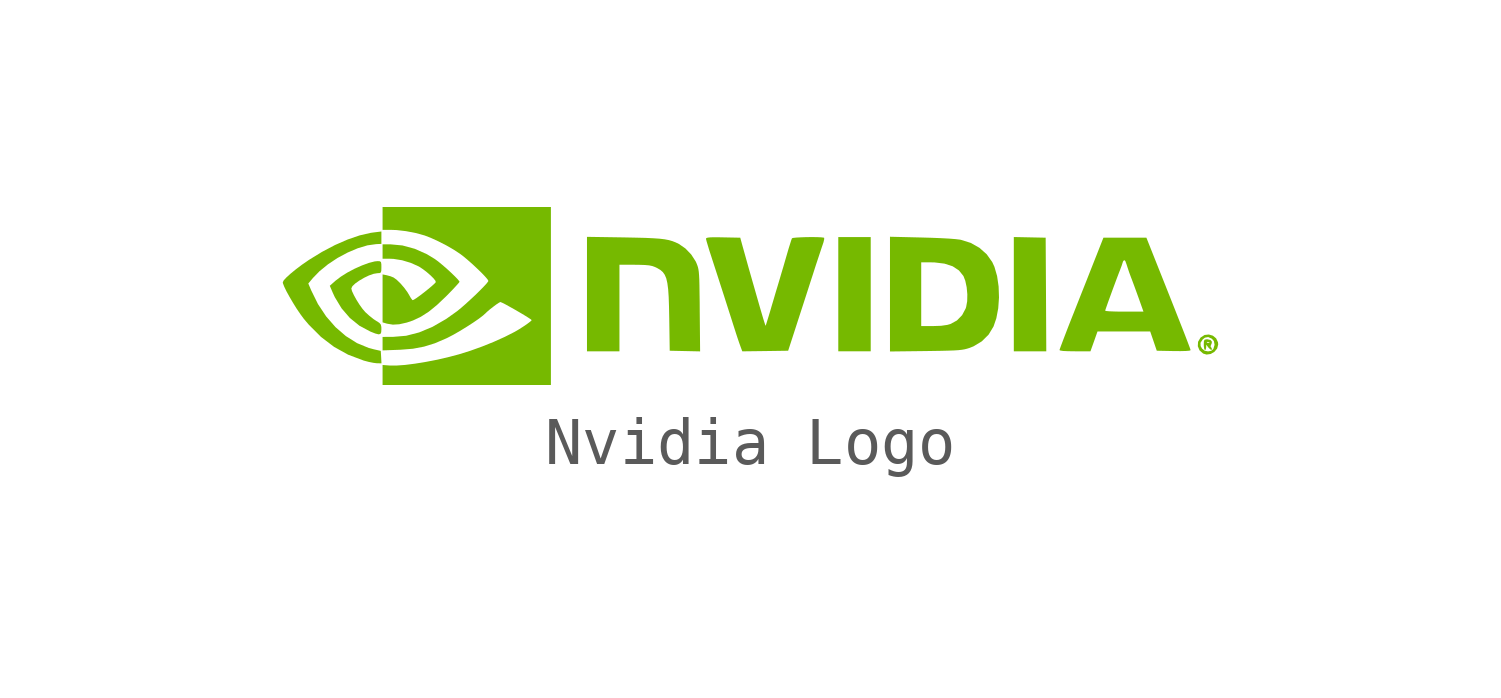
<source format=kicad_sym>
(kicad_symbol_lib
  (version 20231120)
  (generator "kicad_symbol_editor")
  (generator_version "8.0")
  (symbol "Nvidia Logo"
    (pin_names
      (offset 1.016))
    (property "Reference" "#G"
      (at 0 9.525 0)
      (effects (font (size 1.27 1.27)) (hide yes)))
    (symbol "Nvidia Logo_1_0"
      (polyline (pts (xy 2.565 0.038) (xy 2.565 1.245) (xy 2.223 1.245) (xy 1.88 1.245) (xy 1.88 0.038) (xy 1.88 -1.168) (xy 2.223 -1.168) (xy 2.565 -1.168) (xy 2.565 0.038)) (stroke (width -0.0001) (type default)) (fill (type color) (color 118 185 0 1)))
      (polyline (pts (xy 6.268 0.032) (xy 6.261 1.232) (xy 5.925 1.239) (xy 5.588 1.246) (xy 5.588 0.039) (xy 5.588 -1.168) (xy 5.931 -1.168) (xy 6.274 -1.168) (xy 6.268 0.032)) (stroke (width -0.0001) (type default)) (fill (type color) (color 118 185 0 1)))
      (polyline (pts (xy 9.643 -1.13) (xy 9.652 -1.086) (xy 9.653 -1.029) (xy 9.702 -1.092) (xy 9.704 -1.095) (xy 9.743 -1.131) (xy 9.769 -1.136) (xy 9.775 -1.122) (xy 9.759 -1.087) (xy 9.744 -1.064) (xy 9.757 -1.024) (xy 9.764 -1.016) (xy 9.774 -0.967) (xy 9.743 -0.929) (xy 9.678 -0.914) (xy 9.649 -0.915) (xy 9.616 -0.925) (xy 9.603 -0.958) (xy 9.602 -0.985) (xy 9.663 -0.985) (xy 9.673 -0.973) (xy 9.687 -0.969) (xy 9.721 -0.975) (xy 9.721 -0.984) (xy 9.688 -0.989) (xy 9.663 -0.985) (xy 9.602 -0.985) (xy 9.601 -1.029) (xy 9.602 -1.063) (xy 9.611 -1.12) (xy 9.627 -1.143) (xy 9.643 -1.13)) (stroke (width -0.0001) (type default)) (fill (type color) (color 118 185 0 1)))
      (polyline (pts (xy 9.747 -1.225) (xy 9.826 -1.179) (xy 9.884 -1.109) (xy 9.906 -1.023) (xy 9.901 -0.977) (xy 9.862 -0.894) (xy 9.793 -0.838) (xy 9.708 -0.813) (xy 9.618 -0.823) (xy 9.537 -0.875) (xy 9.53 -0.882) (xy 9.48 -0.968) (xy 9.479 -0.989) (xy 9.532 -0.989) (xy 9.577 -0.919) (xy 9.625 -0.88) (xy 9.694 -0.867) (xy 9.773 -0.903) (xy 9.815 -0.953) (xy 9.829 -1.032) (xy 9.803 -1.119) (xy 9.758 -1.158) (xy 9.69 -1.17) (xy 9.619 -1.155) (xy 9.565 -1.112) (xy 9.535 -1.058) (xy 9.532 -0.989) (xy 9.479 -0.989) (xy 9.475 -1.061) (xy 9.511 -1.148) (xy 9.588 -1.216) (xy 9.659 -1.237) (xy 9.747 -1.225)) (stroke (width -0.0001) (type default)) (fill (type color) (color 118 185 0 1)))
      (polyline (pts (xy -7.793 -0.801) (xy -7.776 -0.766) (xy -7.772 -0.701) (xy -7.773 -0.655) (xy -7.784 -0.604) (xy -7.817 -0.566) (xy -7.883 -0.524) (xy -7.938 -0.488) (xy -8.027 -0.417) (xy -8.11 -0.342) (xy -8.168 -0.275) (xy -8.235 -0.182) (xy -8.299 -0.08) (xy -8.354 0.02) (xy -8.393 0.104) (xy -8.407 0.16) (xy -8.407 0.161) (xy -8.384 0.208) (xy -8.324 0.265) (xy -8.238 0.326) (xy -8.137 0.385) (xy -8.033 0.435) (xy -7.935 0.469) (xy -7.855 0.482) (xy -7.812 0.484) (xy -7.784 0.497) (xy -7.774 0.534) (xy -7.772 0.61) (xy -7.773 0.673) (xy -7.781 0.717) (xy -7.804 0.734) (xy -7.849 0.737) (xy -7.913 0.731) (xy -8.038 0.699) (xy -8.184 0.645) (xy -8.339 0.576) (xy -8.492 0.495) (xy -8.63 0.408) (xy -8.743 0.322) (xy -8.862 0.216) (xy -8.797 0.064) (xy -8.756 -0.024) (xy -8.613 -0.261) (xy -8.438 -0.464) (xy -8.234 -0.629) (xy -8.005 -0.751) (xy -8.003 -0.752) (xy -7.899 -0.793) (xy -7.831 -0.81) (xy -7.793 -0.801)) (stroke (width -0.0001) (type default)) (fill (type color) (color 118 185 0 1)))
      (polyline (pts (xy -1.047 -0.312) (xy -1.048 -0.135) (xy -1.051 0.064) (xy -1.053 0.221) (xy -1.056 0.344) (xy -1.061 0.439) (xy -1.067 0.511) (xy -1.075 0.566) (xy -1.085 0.61) (xy -1.098 0.649) (xy -1.114 0.69) (xy -1.133 0.732) (xy -1.227 0.877) (xy -1.35 1.005) (xy -1.486 1.099) (xy -1.554 1.132) (xy -1.623 1.159) (xy -1.699 1.181) (xy -1.788 1.198) (xy -1.897 1.211) (xy -2.03 1.22) (xy -2.196 1.228) (xy -2.4 1.233) (xy -2.648 1.238) (xy -3.429 1.25) (xy -3.429 0.041) (xy -3.429 -1.168) (xy -3.086 -1.168) (xy -2.743 -1.168) (xy -2.743 -0.254) (xy -2.743 0.66) (xy -2.419 0.66) (xy -2.328 0.659) (xy -2.205 0.655) (xy -2.116 0.647) (xy -2.048 0.633) (xy -1.991 0.612) (xy -1.947 0.591) (xy -1.881 0.552) (xy -1.827 0.506) (xy -1.786 0.448) (xy -1.754 0.372) (xy -1.731 0.272) (xy -1.714 0.143) (xy -1.703 -0.02) (xy -1.696 -0.222) (xy -1.691 -0.47) (xy -1.681 -1.156) (xy -1.36 -1.163) (xy -1.039 -1.17) (xy -1.047 -0.312)) (stroke (width -0.0001) (type default)) (fill (type color) (color 118 185 0 1)))
      (polyline (pts (xy -7.777 -1.291) (xy -7.785 -1.159) (xy -7.931 -1.126) (xy -8.038 -1.098) (xy -8.287 -0.995) (xy -8.522 -0.847) (xy -8.741 -0.658) (xy -8.939 -0.431) (xy -9.112 -0.17) (xy -9.256 0.122) (xy -9.316 0.264) (xy -9.217 0.382) (xy -9.079 0.524) (xy -8.9 0.67) (xy -8.698 0.804) (xy -8.485 0.918) (xy -8.271 1.009) (xy -8.067 1.07) (xy -7.882 1.096) (xy -7.772 1.101) (xy -7.772 1.232) (xy -7.772 1.363) (xy -7.942 1.342) (xy -7.999 1.334) (xy -8.23 1.281) (xy -8.484 1.194) (xy -8.752 1.077) (xy -9.027 0.932) (xy -9.299 0.765) (xy -9.314 0.755) (xy -9.453 0.659) (xy -9.581 0.562) (xy -9.691 0.472) (xy -9.778 0.393) (xy -9.835 0.331) (xy -9.855 0.29) (xy -9.852 0.268) (xy -9.825 0.198) (xy -9.778 0.1) (xy -9.714 -0.016) (xy -9.64 -0.142) (xy -9.562 -0.268) (xy -9.483 -0.384) (xy -9.41 -0.483) (xy -9.304 -0.608) (xy -9.047 -0.865) (xy -8.771 -1.075) (xy -8.474 -1.24) (xy -8.153 -1.361) (xy -8.145 -1.364) (xy -8.039 -1.392) (xy -7.939 -1.412) (xy -7.866 -1.421) (xy -7.77 -1.422) (xy -7.777 -1.291)) (stroke (width -0.0001) (type default)) (fill (type color) (color 118 185 0 1)))
      (polyline (pts (xy 3.727 -1.163) (xy 3.859 -1.161) (xy 4.052 -1.158) (xy 4.205 -1.154) (xy 4.324 -1.15) (xy 4.417 -1.144) (xy 4.489 -1.136) (xy 4.548 -1.126) (xy 4.6 -1.113) (xy 4.652 -1.097) (xy 4.737 -1.063) (xy 4.911 -0.958) (xy 5.055 -0.816) (xy 5.16 -0.643) (xy 5.219 -0.47) (xy 5.259 -0.259) (xy 5.275 -0.031) (xy 5.267 0.201) (xy 5.235 0.421) (xy 5.179 0.616) (xy 5.133 0.716) (xy 5.016 0.881) (xy 4.862 1.018) (xy 4.678 1.122) (xy 4.47 1.187) (xy 4.449 1.191) (xy 4.355 1.202) (xy 4.219 1.213) (xy 4.05 1.222) (xy 3.854 1.23) (xy 3.639 1.236) (xy 2.972 1.252) (xy 2.972 0.04) (xy 2.972 -0.635) (xy 3.632 -0.635) (xy 3.632 0.038) (xy 3.632 0.711) (xy 3.83 0.711) (xy 3.91 0.71) (xy 4.123 0.684) (xy 4.296 0.628) (xy 4.429 0.54) (xy 4.524 0.422) (xy 4.563 0.322) (xy 4.592 0.186) (xy 4.606 0.035) (xy 4.603 -0.11) (xy 4.581 -0.232) (xy 4.571 -0.263) (xy 4.496 -0.404) (xy 4.386 -0.517) (xy 4.25 -0.591) (xy 4.184 -0.61) (xy 4.052 -0.629) (xy 3.88 -0.635) (xy 3.632 -0.635) (xy 2.972 -0.635) (xy 2.972 -1.172) (xy 3.727 -1.163)) (stroke (width -0.0001) (type default)) (fill (type color) (color 118 185 0 1)))
      (polyline (pts (xy -7.395 -0.597) (xy -7.235 -0.561) (xy -7.105 -0.517) (xy -6.938 -0.438) (xy -6.771 -0.331) (xy -6.597 -0.189) (xy -6.407 -0.009) (xy -6.345 0.054) (xy -6.256 0.146) (xy -6.186 0.222) (xy -6.138 0.276) (xy -6.121 0.3) (xy -6.126 0.311) (xy -6.16 0.354) (xy -6.221 0.417) (xy -6.301 0.494) (xy -6.391 0.577) (xy -6.484 0.657) (xy -6.57 0.728) (xy -6.642 0.781) (xy -6.81 0.883) (xy -7.066 0.997) (xy -7.327 1.068) (xy -7.583 1.092) (xy -7.747 1.092) (xy -7.747 0.94) (xy -7.747 0.787) (xy -7.585 0.787) (xy -7.515 0.784) (xy -7.334 0.755) (xy -7.148 0.699) (xy -6.982 0.624) (xy -6.973 0.619) (xy -6.893 0.566) (xy -6.81 0.502) (xy -6.732 0.434) (xy -6.669 0.371) (xy -6.63 0.321) (xy -6.623 0.292) (xy -6.649 0.263) (xy -6.708 0.209) (xy -6.785 0.145) (xy -6.871 0.076) (xy -6.956 0.011) (xy -7.031 -0.043) (xy -7.086 -0.078) (xy -7.113 -0.088) (xy -7.119 -0.083) (xy -7.15 -0.042) (xy -7.186 0.021) (xy -7.223 0.083) (xy -7.292 0.177) (xy -7.372 0.269) (xy -7.451 0.345) (xy -7.515 0.391) (xy -7.582 0.418) (xy -7.665 0.44) (xy -7.747 0.456) (xy -7.747 -0.051) (xy -7.747 -0.557) (xy -7.665 -0.581) (xy -7.655 -0.584) (xy -7.529 -0.605) (xy -7.395 -0.597)) (stroke (width -0.0001) (type default)) (fill (type color) (color 118 185 0 1)))
      (polyline (pts (xy 7.282 -0.959) (xy 7.356 -0.749) (xy 7.913 -0.749) (xy 8.469 -0.749) (xy 8.539 -0.953) (xy 8.608 -1.156) (xy 8.965 -1.163) (xy 9.111 -1.164) (xy 9.226 -1.161) (xy 9.297 -1.155) (xy 9.322 -1.145) (xy 9.322 -1.143) (xy 9.317 -1.125) (xy 9.304 -1.087) (xy 9.281 -1.026) (xy 9.248 -0.939) (xy 9.204 -0.824) (xy 9.147 -0.678) (xy 9.076 -0.499) (xy 8.991 -0.283) (xy 8.89 -0.028) (xy 8.772 0.269) (xy 8.636 0.61) (xy 8.389 1.232) (xy 7.935 1.232) (xy 7.481 1.232) (xy 7.326 0.838) (xy 7.313 0.806) (xy 7.259 0.669) (xy 7.191 0.497) (xy 7.114 0.301) (xy 7.03 0.09) (xy 6.945 -0.125) (xy 6.872 -0.31) (xy 7.518 -0.31) (xy 7.525 -0.286) (xy 7.547 -0.222) (xy 7.58 -0.128) (xy 7.622 -0.013) (xy 7.668 0.114) (xy 7.716 0.243) (xy 7.762 0.367) (xy 7.803 0.475) (xy 7.836 0.559) (xy 7.838 0.566) (xy 7.867 0.642) (xy 7.887 0.705) (xy 7.895 0.73) (xy 7.919 0.759) (xy 7.944 0.738) (xy 7.97 0.667) (xy 7.993 0.595) (xy 8.026 0.497) (xy 8.064 0.394) (xy 8.087 0.334) (xy 8.132 0.213) (xy 8.182 0.076) (xy 8.23 -0.057) (xy 8.327 -0.33) (xy 7.923 -0.33) (xy 7.834 -0.33) (xy 7.709 -0.327) (xy 7.609 -0.323) (xy 7.542 -0.317) (xy 7.518 -0.31) (xy 6.872 -0.31) (xy 6.862 -0.336) (xy 6.812 -0.461) (xy 6.742 -0.639) (xy 6.68 -0.8) (xy 6.628 -0.936) (xy 6.588 -1.042) (xy 6.562 -1.113) (xy 6.553 -1.142) (xy 6.567 -1.151) (xy 6.628 -1.161) (xy 6.734 -1.166) (xy 6.88 -1.168) (xy 7.207 -1.168) (xy 7.282 -0.959)) (stroke (width -0.0001) (type default)) (fill (type color) (color 118 185 0 1)))
      (polyline (pts (xy 0.337 -1.163) (xy 0.821 -1.156) (xy 0.941 -0.787) (xy 0.973 -0.688) (xy 1.024 -0.53) (xy 1.084 -0.345) (xy 1.15 -0.142) (xy 1.217 0.065) (xy 1.282 0.267) (xy 1.285 0.277) (xy 1.345 0.461) (xy 1.401 0.636) (xy 1.453 0.793) (xy 1.497 0.925) (xy 1.53 1.025) (xy 1.55 1.083) (xy 1.568 1.137) (xy 1.582 1.199) (xy 1.582 1.229) (xy 1.569 1.234) (xy 1.514 1.24) (xy 1.427 1.244) (xy 1.321 1.245) (xy 1.206 1.244) (xy 1.095 1.24) (xy 0.999 1.235) (xy 0.931 1.228) (xy 0.902 1.22) (xy 0.901 1.218) (xy 0.887 1.181) (xy 0.863 1.105) (xy 0.831 1.003) (xy 0.796 0.883) (xy 0.761 0.763) (xy 0.719 0.617) (xy 0.679 0.484) (xy 0.649 0.381) (xy 0.637 0.341) (xy 0.604 0.23) (xy 0.562 0.091) (xy 0.517 -0.062) (xy 0.471 -0.216) (xy 0.442 -0.317) (xy 0.405 -0.439) (xy 0.375 -0.537) (xy 0.354 -0.604) (xy 0.345 -0.629) (xy 0.338 -0.614) (xy 0.319 -0.557) (xy 0.291 -0.466) (xy 0.256 -0.347) (xy 0.216 -0.21) (xy 0.188 -0.112) (xy 0.144 0.041) (xy 0.104 0.182) (xy 0.07 0.3) (xy 0.047 0.381) (xy -0.017 0.605) (xy -0.085 0.849) (xy -0.146 1.067) (xy -0.191 1.232) (xy -0.553 1.239) (xy -0.58 1.24) (xy -0.719 1.241) (xy -0.815 1.24) (xy -0.875 1.234) (xy -0.906 1.225) (xy -0.914 1.211) (xy -0.914 1.204) (xy -0.902 1.155) (xy -0.877 1.071) (xy -0.844 0.961) (xy -0.803 0.836) (xy -0.785 0.779) (xy -0.732 0.616) (xy -0.669 0.422) (xy -0.6 0.208) (xy -0.528 -0.015) (xy -0.458 -0.234) (xy -0.392 -0.44) (xy -0.335 -0.619) (xy -0.289 -0.762) (xy -0.288 -0.766) (xy -0.252 -0.876) (xy -0.216 -0.982) (xy -0.188 -1.061) (xy -0.148 -1.169) (xy 0.337 -1.163)) (stroke (width -0.0001) (type default)) (fill (type color) (color 118 185 0 1)))
      (polyline (pts (xy -4.191 0) (xy -4.191 1.88) (xy -5.969 1.88) (xy -7.747 1.88) (xy -7.747 1.638) (xy -7.747 1.397) (xy -7.556 1.397) (xy -7.449 1.393) (xy -7.252 1.37) (xy -7.048 1.331) (xy -6.859 1.279) (xy -6.732 1.23) (xy -6.57 1.156) (xy -6.4 1.069) (xy -6.241 0.977) (xy -6.109 0.89) (xy -6.039 0.837) (xy -5.944 0.757) (xy -5.843 0.668) (xy -5.744 0.575) (xy -5.653 0.487) (xy -5.58 0.41) (xy -5.53 0.352) (xy -5.512 0.319) (xy -5.516 0.309) (xy -5.549 0.265) (xy -5.61 0.199) (xy -5.692 0.115) (xy -5.788 0.021) (xy -5.892 -0.076) (xy -5.995 -0.17) (xy -6.09 -0.253) (xy -6.172 -0.32) (xy -6.404 -0.485) (xy -6.692 -0.651) (xy -6.974 -0.769) (xy -7.25 -0.84) (xy -7.525 -0.863) (xy -7.747 -0.864) (xy -7.747 -1.006) (xy -7.747 -1.149) (xy -7.398 -1.136) (xy -7.369 -1.135) (xy -7.106 -1.114) (xy -6.87 -1.069) (xy -6.641 -0.998) (xy -6.401 -0.895) (xy -6.378 -0.884) (xy -6.253 -0.819) (xy -6.114 -0.739) (xy -5.972 -0.652) (xy -5.837 -0.565) (xy -5.716 -0.482) (xy -5.622 -0.41) (xy -5.563 -0.356) (xy -5.539 -0.333) (xy -5.483 -0.285) (xy -5.414 -0.231) (xy -5.345 -0.179) (xy -5.289 -0.142) (xy -5.259 -0.127) (xy -5.257 -0.127) (xy -5.219 -0.143) (xy -5.151 -0.177) (xy -5.061 -0.227) (xy -4.959 -0.284) (xy -4.854 -0.345) (xy -4.756 -0.403) (xy -4.674 -0.454) (xy -4.618 -0.491) (xy -4.597 -0.509) (xy -4.599 -0.513) (xy -4.629 -0.542) (xy -4.69 -0.588) (xy -4.772 -0.644) (xy -4.864 -0.703) (xy -4.966 -0.762) (xy -5.167 -0.864) (xy -5.398 -0.968) (xy -5.644 -1.067) (xy -5.894 -1.157) (xy -6.134 -1.232) (xy -6.342 -1.287) (xy -6.585 -1.344) (xy -6.828 -1.391) (xy -7.06 -1.429) (xy -7.272 -1.456) (xy -7.455 -1.469) (xy -7.6 -1.468) (xy -7.747 -1.457) (xy -7.747 -1.668) (xy -7.747 -1.88) (xy -5.969 -1.88) (xy -4.191 -1.88) (xy -4.191 0)) (stroke (width -0.0001) (type default)) (fill (type color) (color 118 185 0 1))))))
</source>
